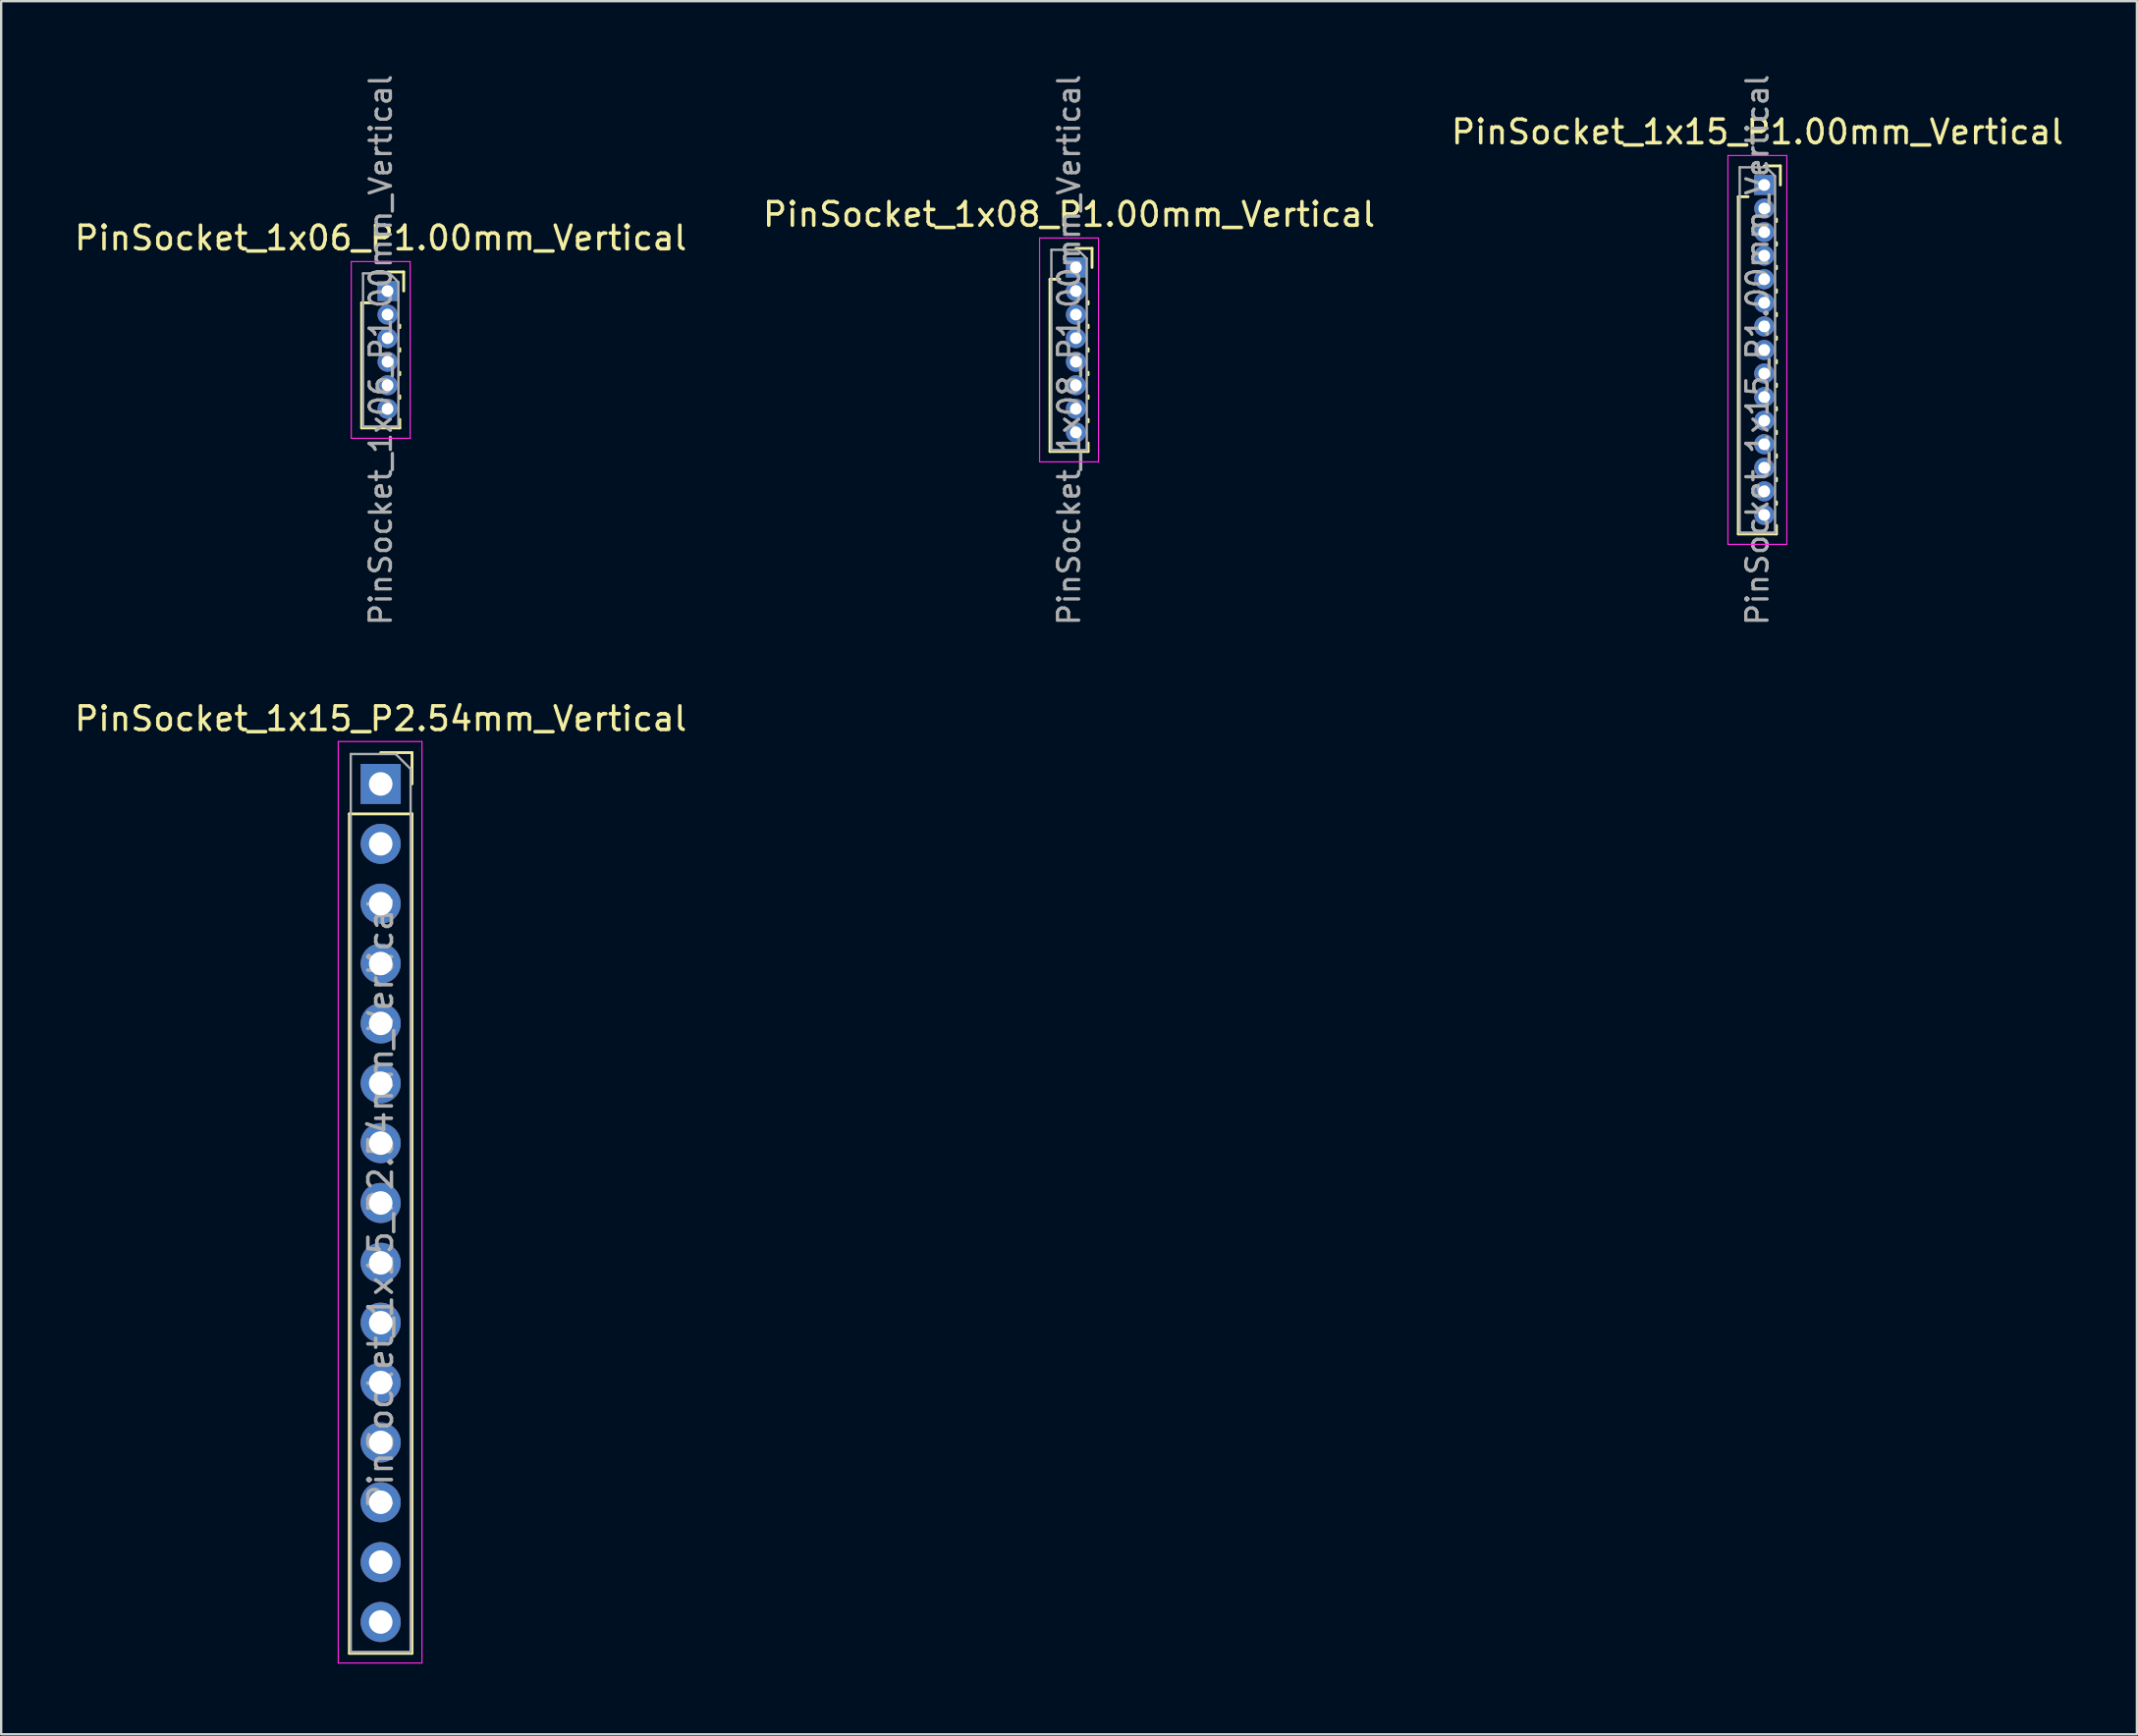
<source format=kicad_pcb>
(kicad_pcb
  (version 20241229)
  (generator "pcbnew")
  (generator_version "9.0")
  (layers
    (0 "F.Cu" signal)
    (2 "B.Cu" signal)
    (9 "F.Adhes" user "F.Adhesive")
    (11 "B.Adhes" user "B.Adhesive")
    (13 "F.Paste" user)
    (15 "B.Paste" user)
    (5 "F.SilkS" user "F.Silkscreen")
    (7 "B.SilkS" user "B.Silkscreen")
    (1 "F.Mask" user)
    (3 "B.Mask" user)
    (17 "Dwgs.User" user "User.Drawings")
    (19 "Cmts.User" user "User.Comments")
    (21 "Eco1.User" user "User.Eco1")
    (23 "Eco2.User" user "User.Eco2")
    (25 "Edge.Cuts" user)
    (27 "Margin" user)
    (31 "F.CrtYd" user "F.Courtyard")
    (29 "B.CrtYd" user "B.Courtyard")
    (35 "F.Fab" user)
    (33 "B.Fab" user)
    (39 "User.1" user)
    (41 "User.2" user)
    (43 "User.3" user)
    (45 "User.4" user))
  (footprint "PinSocket_1x08_P1.00mm_Vertical"
    (layer "F.Cu")
    (at 42.594 8.299)
    (property "Reference" "PinSocket_1x08_P1.00mm_Vertical" (at -0.29 -2.25 0) (layer "F.SilkS") (effects (font (size 1 1) (thickness 0.15))))
    (attr through_hole)
    (fp_line (start -1.1 0.5) (end -1.1 7.81) (stroke (width 0.12) (type solid)) (layer "F.SilkS"))
    (fp_line (start -1.1 0.5) (end -0.685 0.5) (stroke (width 0.12) (type solid)) (layer "F.SilkS"))
    (fp_line (start -1.1 7.81) (end 0.52 7.81) (stroke (width 0.12) (type solid)) (layer "F.SilkS"))
    (fp_line (start 0 -0.81) (end 0.685 -0.81) (stroke (width 0.12) (type solid)) (layer "F.SilkS"))
    (fp_line (start 0.52 1.446) (end 0.52 1.554) (stroke (width 0.12) (type solid)) (layer "F.SilkS"))
    (fp_line (start 0.52 2.446) (end 0.52 2.554) (stroke (width 0.12) (type solid)) (layer "F.SilkS"))
    (fp_line (start 0.52 3.446) (end 0.52 3.554) (stroke (width 0.12) (type solid)) (layer "F.SilkS"))
    (fp_line (start 0.52 4.446) (end 0.52 4.554) (stroke (width 0.12) (type solid)) (layer "F.SilkS"))
    (fp_line (start 0.52 5.446) (end 0.52 5.554) (stroke (width 0.12) (type solid)) (layer "F.SilkS"))
    (fp_line (start 0.52 6.446) (end 0.52 6.554) (stroke (width 0.12) (type solid)) (layer "F.SilkS"))
    (fp_line (start 0.52 7.446) (end 0.52 7.81) (stroke (width 0.12) (type solid)) (layer "F.SilkS"))
    (fp_line (start 0.685 -0.81) (end 0.685 0) (stroke (width 0.12) (type solid)) (layer "F.SilkS"))
    (fp_line (start -1.54 -1.25) (end 0.96 -1.25) (stroke (width 0.05) (type solid)) (layer "F.CrtYd"))
    (fp_line (start -1.54 8.25) (end -1.54 -1.25) (stroke (width 0.05) (type solid)) (layer "F.CrtYd"))
    (fp_line (start 0.96 -1.25) (end 0.96 8.25) (stroke (width 0.05) (type solid)) (layer "F.CrtYd"))
    (fp_line (start 0.96 8.25) (end -1.54 8.25) (stroke (width 0.05) (type solid)) (layer "F.CrtYd"))
    (fp_line (start -1.04 -0.75) (end 0.085 -0.75) (stroke (width 0.1) (type solid)) (layer "F.Fab"))
    (fp_line (start -1.04 7.75) (end -1.04 -0.75) (stroke (width 0.1) (type solid)) (layer "F.Fab"))
    (fp_line (start 0.085 -0.75) (end 0.46 -0.375) (stroke (width 0.1) (type solid)) (layer "F.Fab"))
    (fp_line (start 0.46 -0.375) (end 0.46 7.75) (stroke (width 0.1) (type solid)) (layer "F.Fab"))
    (fp_line (start 0.46 7.75) (end -1.04 7.75) (stroke (width 0.1) (type solid)) (layer "F.Fab"))
    (fp_text user "${REFERENCE}" (at -0.29 3.5 90) (layer "F.Fab") (effects (font (size 0.9 0.9) (thickness 0.14))))
    (pad "1" thru_hole rect (at 0 0) (size 0.85 0.85) (drill 0.5) (layers "*.Cu" "*.Mask"))
    (pad "2" thru_hole oval (at 0 1) (size 0.85 0.85) (drill 0.5) (layers "*.Cu" "*.Mask"))
    (pad "3" thru_hole oval (at 0 2) (size 0.85 0.85) (drill 0.5) (layers "*.Cu" "*.Mask"))
    (pad "4" thru_hole oval (at 0 3) (size 0.85 0.85) (drill 0.5) (layers "*.Cu" "*.Mask"))
    (pad "5" thru_hole oval (at 0 4) (size 0.85 0.85) (drill 0.5) (layers "*.Cu" "*.Mask"))
    (pad "6" thru_hole oval (at 0 5) (size 0.85 0.85) (drill 0.5) (layers "*.Cu" "*.Mask"))
    (pad "7" thru_hole oval (at 0 6) (size 0.85 0.85) (drill 0.5) (layers "*.Cu" "*.Mask"))
    (pad "8" thru_hole oval (at 0 7) (size 0.85 0.85) (drill 0.5) (layers "*.Cu" "*.Mask")))
  (footprint "PinSocket_1x06_P1.00mm_Vertical"
    (layer "F.Cu")
    (at 13.391 9.299)
    (property "Reference" "PinSocket_1x06_P1.00mm_Vertical" (at -0.29 -2.25 0) (layer "F.SilkS") (effects (font (size 1 1) (thickness 0.15))))
    (attr through_hole)
    (fp_line (start -1.1 0.5) (end -1.1 5.81) (stroke (width 0.12) (type solid)) (layer "F.SilkS"))
    (fp_line (start -1.1 0.5) (end -0.685 0.5) (stroke (width 0.12) (type solid)) (layer "F.SilkS"))
    (fp_line (start -1.1 5.81) (end 0.52 5.81) (stroke (width 0.12) (type solid)) (layer "F.SilkS"))
    (fp_line (start 0 -0.81) (end 0.685 -0.81) (stroke (width 0.12) (type solid)) (layer "F.SilkS"))
    (fp_line (start 0.52 1.446) (end 0.52 1.554) (stroke (width 0.12) (type solid)) (layer "F.SilkS"))
    (fp_line (start 0.52 2.446) (end 0.52 2.554) (stroke (width 0.12) (type solid)) (layer "F.SilkS"))
    (fp_line (start 0.52 3.446) (end 0.52 3.554) (stroke (width 0.12) (type solid)) (layer "F.SilkS"))
    (fp_line (start 0.52 4.446) (end 0.52 4.554) (stroke (width 0.12) (type solid)) (layer "F.SilkS"))
    (fp_line (start 0.52 5.446) (end 0.52 5.81) (stroke (width 0.12) (type solid)) (layer "F.SilkS"))
    (fp_line (start 0.685 -0.81) (end 0.685 0) (stroke (width 0.12) (type solid)) (layer "F.SilkS"))
    (fp_line (start -1.54 -1.25) (end 0.96 -1.25) (stroke (width 0.05) (type solid)) (layer "F.CrtYd"))
    (fp_line (start -1.54 6.25) (end -1.54 -1.25) (stroke (width 0.05) (type solid)) (layer "F.CrtYd"))
    (fp_line (start 0.96 -1.25) (end 0.96 6.25) (stroke (width 0.05) (type solid)) (layer "F.CrtYd"))
    (fp_line (start 0.96 6.25) (end -1.54 6.25) (stroke (width 0.05) (type solid)) (layer "F.CrtYd"))
    (fp_line (start -1.04 -0.75) (end 0.085 -0.75) (stroke (width 0.1) (type solid)) (layer "F.Fab"))
    (fp_line (start -1.04 5.75) (end -1.04 -0.75) (stroke (width 0.1) (type solid)) (layer "F.Fab"))
    (fp_line (start 0.085 -0.75) (end 0.46 -0.375) (stroke (width 0.1) (type solid)) (layer "F.Fab"))
    (fp_line (start 0.46 -0.375) (end 0.46 5.75) (stroke (width 0.1) (type solid)) (layer "F.Fab"))
    (fp_line (start 0.46 5.75) (end -1.04 5.75) (stroke (width 0.1) (type solid)) (layer "F.Fab"))
    (fp_text user "${REFERENCE}" (at -0.29 2.5 90) (layer "F.Fab") (effects (font (size 0.9 0.9) (thickness 0.14))))
    (pad "1" thru_hole rect (at 0 0) (size 0.85 0.85) (drill 0.5) (layers "*.Cu" "*.Mask"))
    (pad "2" thru_hole oval (at 0 1) (size 0.85 0.85) (drill 0.5) (layers "*.Cu" "*.Mask"))
    (pad "3" thru_hole oval (at 0 2) (size 0.85 0.85) (drill 0.5) (layers "*.Cu" "*.Mask"))
    (pad "4" thru_hole oval (at 0 3) (size 0.85 0.85) (drill 0.5) (layers "*.Cu" "*.Mask"))
    (pad "5" thru_hole oval (at 0 4) (size 0.85 0.85) (drill 0.5) (layers "*.Cu" "*.Mask"))
    (pad "6" thru_hole oval (at 0 5) (size 0.85 0.85) (drill 0.5) (layers "*.Cu" "*.Mask")))
  (footprint "PinSocket_1x15_P1.00mm_Vertical"
    (layer "F.Cu")
    (at 71.796 4.799)
    (property "Reference" "PinSocket_1x15_P1.00mm_Vertical" (at -0.29 -2.25 0) (layer "F.SilkS") (effects (font (size 1 1) (thickness 0.15))))
    (attr through_hole)
    (fp_line (start -1.1 0.5) (end -1.1 14.81) (stroke (width 0.12) (type solid)) (layer "F.SilkS"))
    (fp_line (start -1.1 0.5) (end -0.685 0.5) (stroke (width 0.12) (type solid)) (layer "F.SilkS"))
    (fp_line (start -1.1 14.81) (end 0.52 14.81) (stroke (width 0.12) (type solid)) (layer "F.SilkS"))
    (fp_line (start 0 -0.81) (end 0.685 -0.81) (stroke (width 0.12) (type solid)) (layer "F.SilkS"))
    (fp_line (start 0.52 1.446) (end 0.52 1.554) (stroke (width 0.12) (type solid)) (layer "F.SilkS"))
    (fp_line (start 0.52 2.446) (end 0.52 2.554) (stroke (width 0.12) (type solid)) (layer "F.SilkS"))
    (fp_line (start 0.52 3.446) (end 0.52 3.554) (stroke (width 0.12) (type solid)) (layer "F.SilkS"))
    (fp_line (start 0.52 4.446) (end 0.52 4.554) (stroke (width 0.12) (type solid)) (layer "F.SilkS"))
    (fp_line (start 0.52 5.446) (end 0.52 5.554) (stroke (width 0.12) (type solid)) (layer "F.SilkS"))
    (fp_line (start 0.52 6.446) (end 0.52 6.554) (stroke (width 0.12) (type solid)) (layer "F.SilkS"))
    (fp_line (start 0.52 7.446) (end 0.52 7.554) (stroke (width 0.12) (type solid)) (layer "F.SilkS"))
    (fp_line (start 0.52 8.446) (end 0.52 8.554) (stroke (width 0.12) (type solid)) (layer "F.SilkS"))
    (fp_line (start 0.52 9.446) (end 0.52 9.554) (stroke (width 0.12) (type solid)) (layer "F.SilkS"))
    (fp_line (start 0.52 10.446) (end 0.52 10.554) (stroke (width 0.12) (type solid)) (layer "F.SilkS"))
    (fp_line (start 0.52 11.446) (end 0.52 11.554) (stroke (width 0.12) (type solid)) (layer "F.SilkS"))
    (fp_line (start 0.52 12.446) (end 0.52 12.554) (stroke (width 0.12) (type solid)) (layer "F.SilkS"))
    (fp_line (start 0.52 13.446) (end 0.52 13.554) (stroke (width 0.12) (type solid)) (layer "F.SilkS"))
    (fp_line (start 0.52 14.446) (end 0.52 14.81) (stroke (width 0.12) (type solid)) (layer "F.SilkS"))
    (fp_line (start 0.685 -0.81) (end 0.685 0) (stroke (width 0.12) (type solid)) (layer "F.SilkS"))
    (fp_line (start -1.54 -1.25) (end 0.96 -1.25) (stroke (width 0.05) (type solid)) (layer "F.CrtYd"))
    (fp_line (start -1.54 15.25) (end -1.54 -1.25) (stroke (width 0.05) (type solid)) (layer "F.CrtYd"))
    (fp_line (start 0.96 -1.25) (end 0.96 15.25) (stroke (width 0.05) (type solid)) (layer "F.CrtYd"))
    (fp_line (start 0.96 15.25) (end -1.54 15.25) (stroke (width 0.05) (type solid)) (layer "F.CrtYd"))
    (fp_line (start -1.04 -0.75) (end 0.085 -0.75) (stroke (width 0.1) (type solid)) (layer "F.Fab"))
    (fp_line (start -1.04 14.75) (end -1.04 -0.75) (stroke (width 0.1) (type solid)) (layer "F.Fab"))
    (fp_line (start 0.085 -0.75) (end 0.46 -0.375) (stroke (width 0.1) (type solid)) (layer "F.Fab"))
    (fp_line (start 0.46 -0.375) (end 0.46 14.75) (stroke (width 0.1) (type solid)) (layer "F.Fab"))
    (fp_line (start 0.46 14.75) (end -1.04 14.75) (stroke (width 0.1) (type solid)) (layer "F.Fab"))
    (fp_text user "${REFERENCE}" (at -0.29 7 90) (layer "F.Fab") (effects (font (size 0.9 0.9) (thickness 0.14))))
    (pad "1" thru_hole rect (at 0 0) (size 0.85 0.85) (drill 0.5) (layers "*.Cu" "*.Mask"))
    (pad "2" thru_hole oval (at 0 1) (size 0.85 0.85) (drill 0.5) (layers "*.Cu" "*.Mask"))
    (pad "3" thru_hole oval (at 0 2) (size 0.85 0.85) (drill 0.5) (layers "*.Cu" "*.Mask"))
    (pad "4" thru_hole oval (at 0 3) (size 0.85 0.85) (drill 0.5) (layers "*.Cu" "*.Mask"))
    (pad "5" thru_hole oval (at 0 4) (size 0.85 0.85) (drill 0.5) (layers "*.Cu" "*.Mask"))
    (pad "6" thru_hole oval (at 0 5) (size 0.85 0.85) (drill 0.5) (layers "*.Cu" "*.Mask"))
    (pad "7" thru_hole oval (at 0 6) (size 0.85 0.85) (drill 0.5) (layers "*.Cu" "*.Mask"))
    (pad "8" thru_hole oval (at 0 7) (size 0.85 0.85) (drill 0.5) (layers "*.Cu" "*.Mask"))
    (pad "9" thru_hole oval (at 0 8) (size 0.85 0.85) (drill 0.5) (layers "*.Cu" "*.Mask"))
    (pad "10" thru_hole oval (at 0 9) (size 0.85 0.85) (drill 0.5) (layers "*.Cu" "*.Mask"))
    (pad "11" thru_hole oval (at 0 10) (size 0.85 0.85) (drill 0.5) (layers "*.Cu" "*.Mask"))
    (pad "12" thru_hole oval (at 0 11) (size 0.85 0.85) (drill 0.5) (layers "*.Cu" "*.Mask"))
    (pad "13" thru_hole oval (at 0 12) (size 0.85 0.85) (drill 0.5) (layers "*.Cu" "*.Mask"))
    (pad "14" thru_hole oval (at 0 13) (size 0.85 0.85) (drill 0.5) (layers "*.Cu" "*.Mask"))
    (pad "15" thru_hole oval (at 0 14) (size 0.85 0.85) (drill 0.5) (layers "*.Cu" "*.Mask")))
  (footprint "PinSocket_1x15_P2.54mm_Vertical"
    (layer "F.Cu")
    (at 13.101 30.215)
    (property "Reference" "PinSocket_1x15_P2.54mm_Vertical" (at 0 -2.77 0) (layer "F.SilkS") (effects (font (size 1 1) (thickness 0.15))))
    (attr through_hole)
    (fp_line (start -1.33 1.27) (end -1.33 36.89) (stroke (width 0.12) (type solid)) (layer "F.SilkS"))
    (fp_line (start -1.33 1.27) (end 1.33 1.27) (stroke (width 0.12) (type solid)) (layer "F.SilkS"))
    (fp_line (start -1.33 36.89) (end 1.33 36.89) (stroke (width 0.12) (type solid)) (layer "F.SilkS"))
    (fp_line (start 0 -1.33) (end 1.33 -1.33) (stroke (width 0.12) (type solid)) (layer "F.SilkS"))
    (fp_line (start 1.33 -1.33) (end 1.33 0) (stroke (width 0.12) (type solid)) (layer "F.SilkS"))
    (fp_line (start 1.33 1.27) (end 1.33 36.89) (stroke (width 0.12) (type solid)) (layer "F.SilkS"))
    (fp_line (start -1.8 -1.8) (end 1.75 -1.8) (stroke (width 0.05) (type solid)) (layer "F.CrtYd"))
    (fp_line (start -1.8 37.3) (end -1.8 -1.8) (stroke (width 0.05) (type solid)) (layer "F.CrtYd"))
    (fp_line (start 1.75 -1.8) (end 1.75 37.3) (stroke (width 0.05) (type solid)) (layer "F.CrtYd"))
    (fp_line (start 1.75 37.3) (end -1.8 37.3) (stroke (width 0.05) (type solid)) (layer "F.CrtYd"))
    (fp_line (start -1.27 -1.27) (end 0.635 -1.27) (stroke (width 0.1) (type solid)) (layer "F.Fab"))
    (fp_line (start -1.27 36.83) (end -1.27 -1.27) (stroke (width 0.1) (type solid)) (layer "F.Fab"))
    (fp_line (start 0.635 -1.27) (end 1.27 -0.635) (stroke (width 0.1) (type solid)) (layer "F.Fab"))
    (fp_line (start 1.27 -0.635) (end 1.27 36.83) (stroke (width 0.1) (type solid)) (layer "F.Fab"))
    (fp_line (start 1.27 36.83) (end -1.27 36.83) (stroke (width 0.1) (type solid)) (layer "F.Fab"))
    (fp_text user "${REFERENCE}" (at 0 17.78 90) (layer "F.Fab") (effects (font (size 1 1) (thickness 0.15))))
    (pad "1" thru_hole rect (at 0 0) (size 1.7 1.7) (drill 1) (layers "*.Cu" "*.Mask"))
    (pad "2" thru_hole oval (at 0 2.54) (size 1.7 1.7) (drill 1) (layers "*.Cu" "*.Mask"))
    (pad "3" thru_hole oval (at 0 5.08) (size 1.7 1.7) (drill 1) (layers "*.Cu" "*.Mask"))
    (pad "4" thru_hole oval (at 0 7.62) (size 1.7 1.7) (drill 1) (layers "*.Cu" "*.Mask"))
    (pad "5" thru_hole oval (at 0 10.16) (size 1.7 1.7) (drill 1) (layers "*.Cu" "*.Mask"))
    (pad "6" thru_hole oval (at 0 12.7) (size 1.7 1.7) (drill 1) (layers "*.Cu" "*.Mask"))
    (pad "7" thru_hole oval (at 0 15.24) (size 1.7 1.7) (drill 1) (layers "*.Cu" "*.Mask"))
    (pad "8" thru_hole oval (at 0 17.78) (size 1.7 1.7) (drill 1) (layers "*.Cu" "*.Mask"))
    (pad "9" thru_hole oval (at 0 20.32) (size 1.7 1.7) (drill 1) (layers "*.Cu" "*.Mask"))
    (pad "10" thru_hole oval (at 0 22.86) (size 1.7 1.7) (drill 1) (layers "*.Cu" "*.Mask"))
    (pad "11" thru_hole oval (at 0 25.4) (size 1.7 1.7) (drill 1) (layers "*.Cu" "*.Mask"))
    (pad "12" thru_hole oval (at 0 27.94) (size 1.7 1.7) (drill 1) (layers "*.Cu" "*.Mask"))
    (pad "13" thru_hole oval (at 0 30.48) (size 1.7 1.7) (drill 1) (layers "*.Cu" "*.Mask"))
    (pad "14" thru_hole oval (at 0 33.02) (size 1.7 1.7) (drill 1) (layers "*.Cu" "*.Mask"))
    (pad "15" thru_hole oval (at 0 35.56) (size 1.7 1.7) (drill 1) (layers "*.Cu" "*.Mask")))
  (gr_rect
    (start -3 -3)
    (end 87.607 70.54)
    (stroke (width 0.1) (type default))
    (fill no)
    (layer "Edge.Cuts")))
</source>
